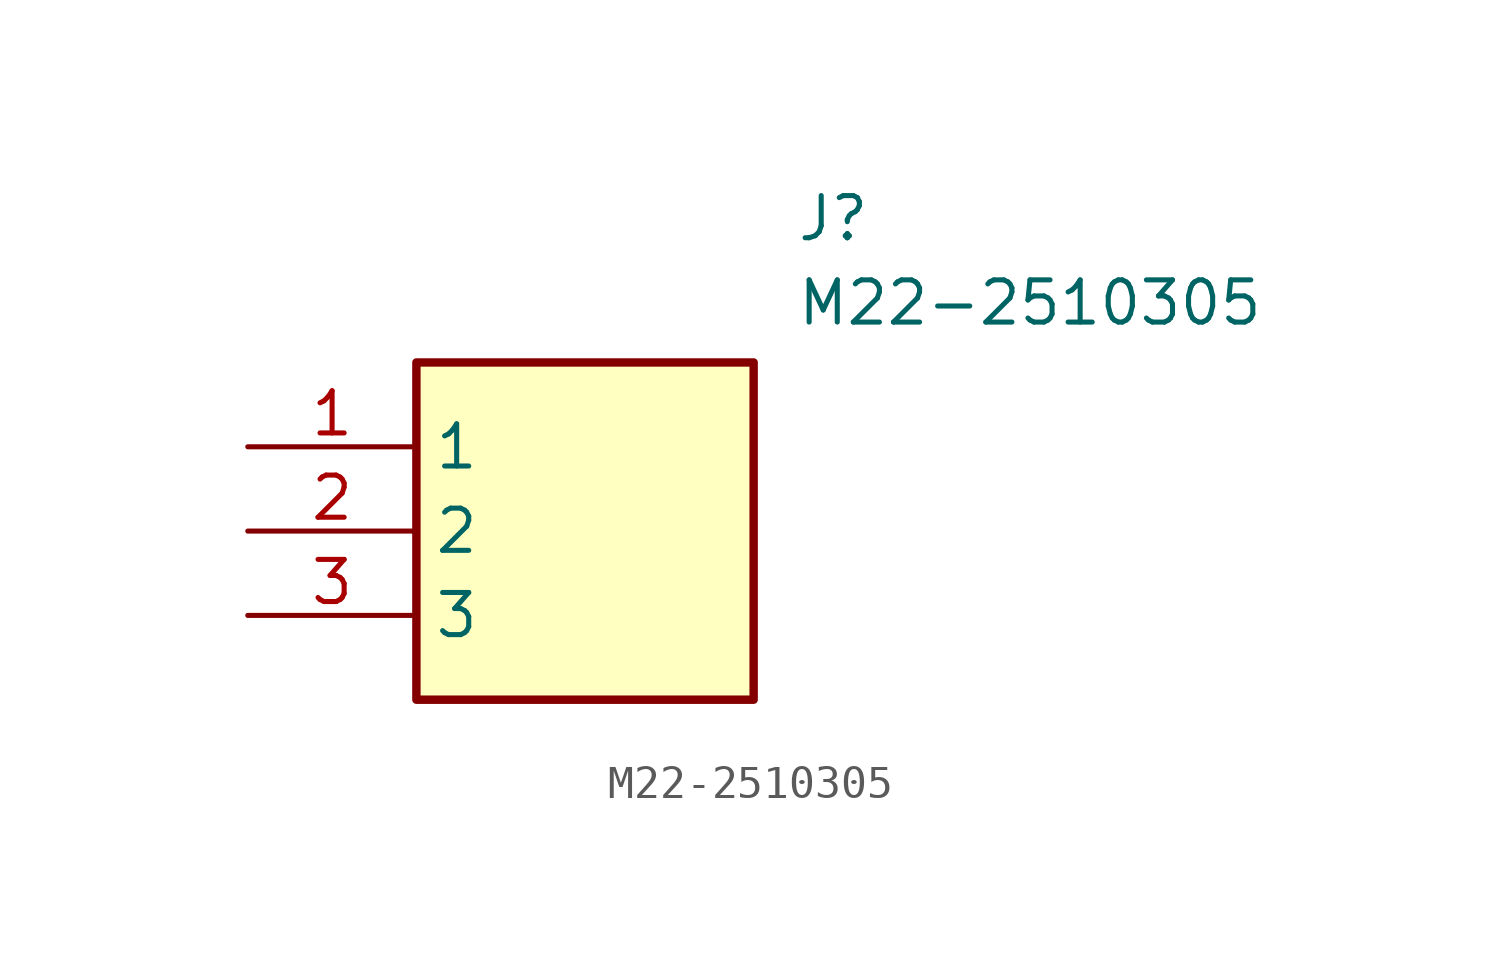
<source format=kicad_sym>
(kicad_symbol_lib
  (version 20211014)
  (generator SamacSys_ECAD_Model)
  (symbol "M22-2510305"
    (property "Reference" "J"
      (at 16.51 7.62 0)
      (effects (font (size 1.27 1.27)) (justify left top)))
    (property "Value" "M22-2510305"
      (at 16.51 5.08 0)
      (effects (font (size 1.27 1.27)) (justify left top)))
    (rectangle
      (start 5.08 2.54)
      (end 15.24 -7.62)
      (stroke (width 0.254) (type default))
      (fill (type background)))
    (pin passive line
      (at 0 0 0)
      (length 5.08)
      (name "1" (effects (font (size 1.27 1.27))))
      (number "1" (effects (font (size 1.27 1.27)))))
    (pin passive line
      (at 0 -2.54 0)
      (length 5.08)
      (name "2" (effects (font (size 1.27 1.27))))
      (number "2" (effects (font (size 1.27 1.27)))))
    (pin passive line
      (at 0 -5.08 0)
      (length 5.08)
      (name "3" (effects (font (size 1.27 1.27))))
      (number "3" (effects (font (size 1.27 1.27)))))))
</source>
